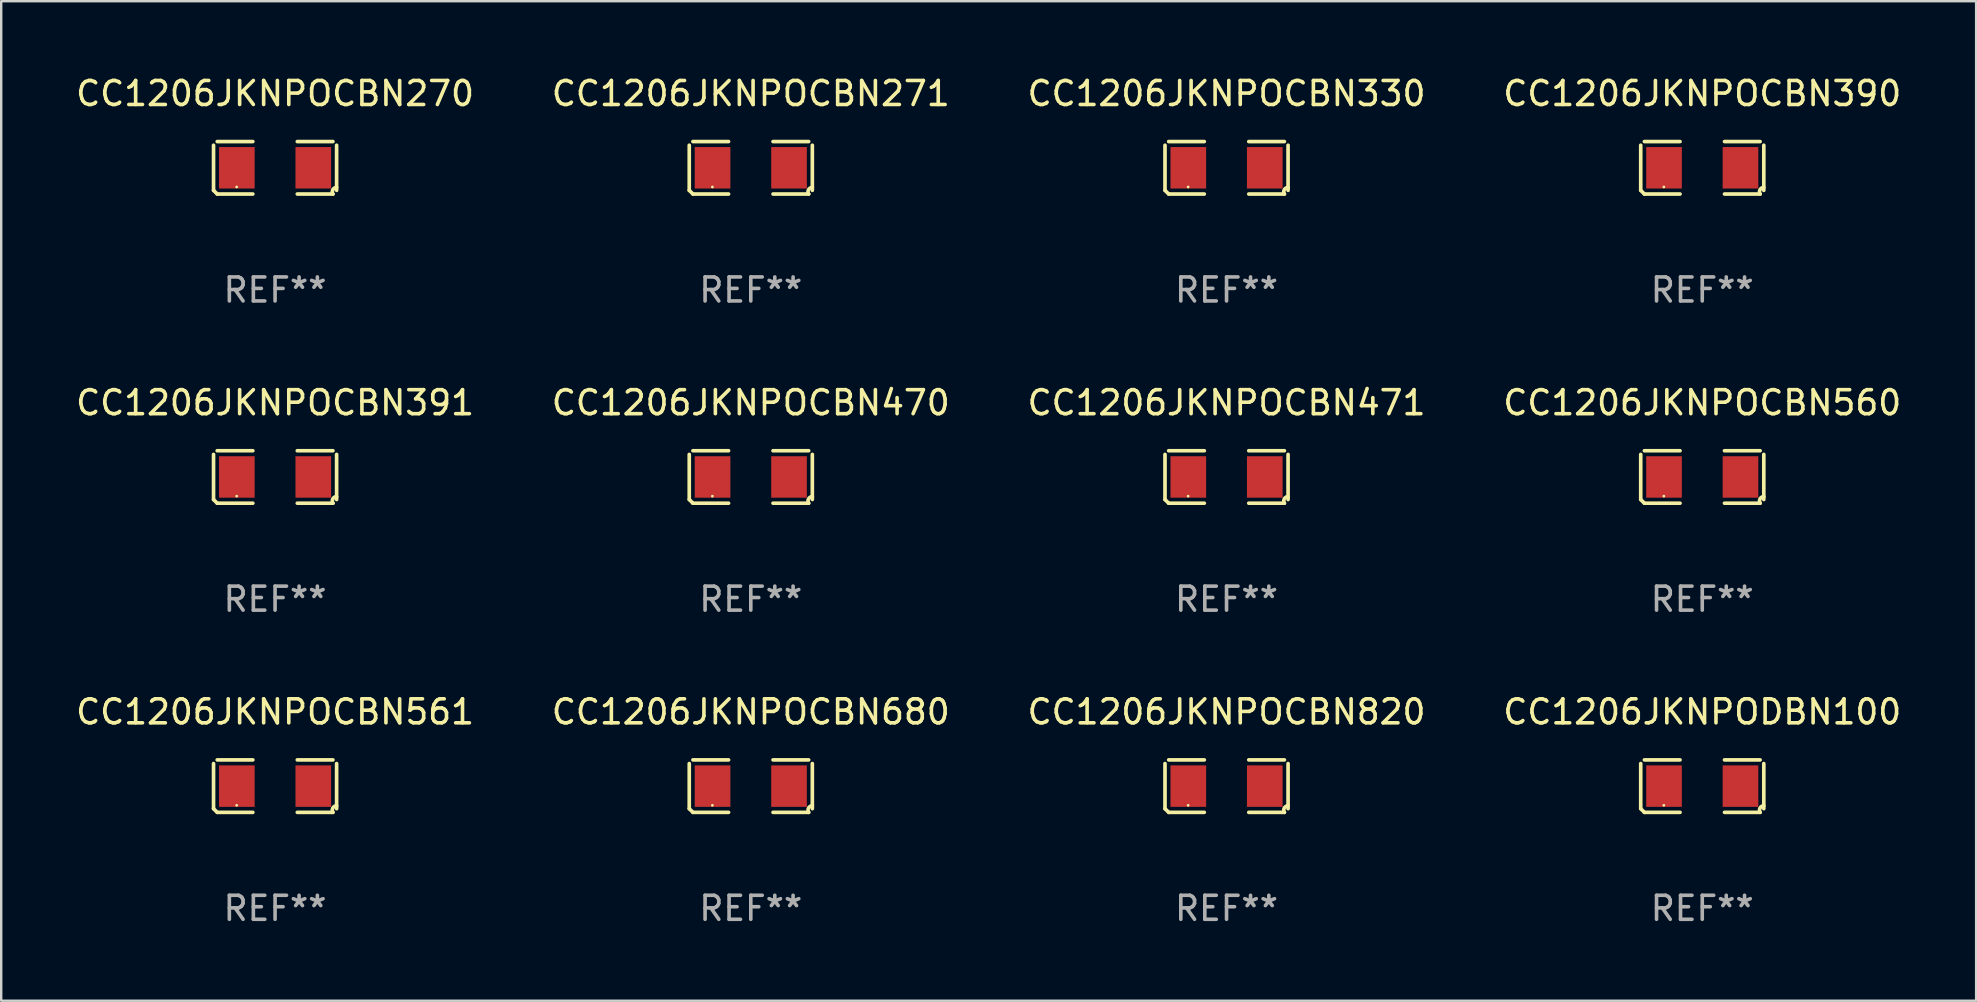
<source format=kicad_pcb>
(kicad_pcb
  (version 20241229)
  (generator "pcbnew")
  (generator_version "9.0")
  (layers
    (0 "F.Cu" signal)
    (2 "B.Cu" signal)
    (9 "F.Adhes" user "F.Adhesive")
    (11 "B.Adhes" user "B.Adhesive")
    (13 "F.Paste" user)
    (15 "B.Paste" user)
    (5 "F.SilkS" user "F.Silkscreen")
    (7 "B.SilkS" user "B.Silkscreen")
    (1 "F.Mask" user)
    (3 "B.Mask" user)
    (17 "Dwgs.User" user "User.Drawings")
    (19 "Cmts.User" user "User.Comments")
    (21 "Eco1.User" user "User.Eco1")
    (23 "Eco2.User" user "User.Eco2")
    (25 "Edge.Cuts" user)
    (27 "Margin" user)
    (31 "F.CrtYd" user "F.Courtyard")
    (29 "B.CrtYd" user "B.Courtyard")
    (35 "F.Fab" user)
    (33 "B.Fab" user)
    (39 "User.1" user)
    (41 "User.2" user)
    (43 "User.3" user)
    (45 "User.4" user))
  (footprint "CC1206JKNPOCBN390"
    (layer "F.Cu")
    (at 67.875 3.941)
    (property "Reference" "CC1206JKNPOCBN390" (at 0 -3.093 0) (layer "F.SilkS") (effects (font (size 1 1) (thickness 0.15))))
    (attr through_hole)
    (fp_line (start -2.564 0.94) (end -2.564 -0.94) (stroke (width 0.152) (type solid)) (layer "F.SilkS"))
    (fp_line (start -2.411 -1.093) (end -0.926 -1.093) (stroke (width 0.152) (type solid)) (layer "F.SilkS"))
    (fp_line (start -0.926 1.093) (end -2.411 1.093) (stroke (width 0.152) (type solid)) (layer "F.SilkS"))
    (fp_line (start 0.926 1.093) (end 2.411 1.093) (stroke (width 0.152) (type solid)) (layer "F.SilkS"))
    (fp_line (start 2.411 -1.093) (end 0.926 -1.093) (stroke (width 0.152) (type solid)) (layer "F.SilkS"))
    (fp_line (start 2.564 0.94) (end 2.564 -0.94) (stroke (width 0.152) (type solid)) (layer "F.SilkS"))
    (fp_arc (start -2.411201 1.092609) (mid -2.487413 1.01642) (end -2.563602 0.940208) (stroke (width 0.1524) (type solid)) (layer "F.SilkS"))
    (fp_arc (start 2.411201 1.092609) (mid 2.407159 0.911226) (end 2.563602 0.819347) (stroke (width 0.1524) (type solid)) (layer "F.SilkS"))
    (fp_circle (center -1.6 0.8) (end -1.57 0.8) (stroke (width 0.06) (type solid)) (fill no) (layer "F.SilkS"))
    (fp_text user "REF**" (at 0 5.093 0) (layer "F.Fab") (effects (font (size 1 1) (thickness 0.15))))
    (pad "1" smd rect (at -1.593 0) (size 1.485 1.728) (layers "F.Cu" "F.Mask" "F.Paste"))
    (pad "2" smd rect (at 1.593 0) (size 1.485 1.728) (layers "F.Cu" "F.Mask" "F.Paste")))
  (footprint "CC1206JKNPOCBN270"
    (layer "F.Cu")
    (at 8.411 3.941)
    (property "Reference" "CC1206JKNPOCBN270" (at 0 -3.093 0) (layer "F.SilkS") (effects (font (size 1 1) (thickness 0.15))))
    (attr through_hole)
    (fp_line (start -2.564 0.94) (end -2.564 -0.94) (stroke (width 0.152) (type solid)) (layer "F.SilkS"))
    (fp_line (start -2.411 -1.093) (end -0.926 -1.093) (stroke (width 0.152) (type solid)) (layer "F.SilkS"))
    (fp_line (start -0.926 1.093) (end -2.411 1.093) (stroke (width 0.152) (type solid)) (layer "F.SilkS"))
    (fp_line (start 0.926 1.093) (end 2.411 1.093) (stroke (width 0.152) (type solid)) (layer "F.SilkS"))
    (fp_line (start 2.411 -1.093) (end 0.926 -1.093) (stroke (width 0.152) (type solid)) (layer "F.SilkS"))
    (fp_line (start 2.564 0.94) (end 2.564 -0.94) (stroke (width 0.152) (type solid)) (layer "F.SilkS"))
    (fp_arc (start -2.411201 1.092609) (mid -2.487413 1.01642) (end -2.563602 0.940208) (stroke (width 0.1524) (type solid)) (layer "F.SilkS"))
    (fp_arc (start 2.411201 1.092609) (mid 2.407159 0.911226) (end 2.563602 0.819347) (stroke (width 0.1524) (type solid)) (layer "F.SilkS"))
    (fp_circle (center -1.6 0.8) (end -1.57 0.8) (stroke (width 0.06) (type solid)) (fill no) (layer "F.SilkS"))
    (fp_text user "REF**" (at 0 5.093 0) (layer "F.Fab") (effects (font (size 1 1) (thickness 0.15))))
    (pad "1" smd rect (at -1.593 0) (size 1.485 1.728) (layers "F.Cu" "F.Mask" "F.Paste"))
    (pad "2" smd rect (at 1.593 0) (size 1.485 1.728) (layers "F.Cu" "F.Mask" "F.Paste")))
  (footprint "CC1206JKNPOCBN820"
    (layer "F.Cu")
    (at 48.054 29.704)
    (property "Reference" "CC1206JKNPOCBN820" (at 0 -3.093 0) (layer "F.SilkS") (effects (font (size 1 1) (thickness 0.15))))
    (attr through_hole)
    (fp_line (start -2.564 0.94) (end -2.564 -0.94) (stroke (width 0.152) (type solid)) (layer "F.SilkS"))
    (fp_line (start -2.411 -1.093) (end -0.926 -1.093) (stroke (width 0.152) (type solid)) (layer "F.SilkS"))
    (fp_line (start -0.926 1.093) (end -2.411 1.093) (stroke (width 0.152) (type solid)) (layer "F.SilkS"))
    (fp_line (start 0.926 1.093) (end 2.411 1.093) (stroke (width 0.152) (type solid)) (layer "F.SilkS"))
    (fp_line (start 2.411 -1.093) (end 0.926 -1.093) (stroke (width 0.152) (type solid)) (layer "F.SilkS"))
    (fp_line (start 2.564 0.94) (end 2.564 -0.94) (stroke (width 0.152) (type solid)) (layer "F.SilkS"))
    (fp_arc (start -2.411201 1.092609) (mid -2.487413 1.01642) (end -2.563602 0.940208) (stroke (width 0.1524) (type solid)) (layer "F.SilkS"))
    (fp_arc (start 2.411201 1.092609) (mid 2.407159 0.911226) (end 2.563602 0.819347) (stroke (width 0.1524) (type solid)) (layer "F.SilkS"))
    (fp_circle (center -1.6 0.8) (end -1.57 0.8) (stroke (width 0.06) (type solid)) (fill no) (layer "F.SilkS"))
    (fp_text user "REF**" (at 0 5.093 0) (layer "F.Fab") (effects (font (size 1 1) (thickness 0.15))))
    (pad "1" smd rect (at -1.593 0) (size 1.485 1.728) (layers "F.Cu" "F.Mask" "F.Paste"))
    (pad "2" smd rect (at 1.593 0) (size 1.485 1.728) (layers "F.Cu" "F.Mask" "F.Paste")))
  (footprint "CC1206JKNPOCBN471"
    (layer "F.Cu")
    (at 48.054 16.823)
    (property "Reference" "CC1206JKNPOCBN471" (at 0 -3.093 0) (layer "F.SilkS") (effects (font (size 1 1) (thickness 0.15))))
    (attr through_hole)
    (fp_line (start -2.564 0.94) (end -2.564 -0.94) (stroke (width 0.152) (type solid)) (layer "F.SilkS"))
    (fp_line (start -2.411 -1.093) (end -0.926 -1.093) (stroke (width 0.152) (type solid)) (layer "F.SilkS"))
    (fp_line (start -0.926 1.093) (end -2.411 1.093) (stroke (width 0.152) (type solid)) (layer "F.SilkS"))
    (fp_line (start 0.926 1.093) (end 2.411 1.093) (stroke (width 0.152) (type solid)) (layer "F.SilkS"))
    (fp_line (start 2.411 -1.093) (end 0.926 -1.093) (stroke (width 0.152) (type solid)) (layer "F.SilkS"))
    (fp_line (start 2.564 0.94) (end 2.564 -0.94) (stroke (width 0.152) (type solid)) (layer "F.SilkS"))
    (fp_arc (start -2.411201 1.092609) (mid -2.487413 1.01642) (end -2.563602 0.940208) (stroke (width 0.1524) (type solid)) (layer "F.SilkS"))
    (fp_arc (start 2.411201 1.092609) (mid 2.407159 0.911226) (end 2.563602 0.819347) (stroke (width 0.1524) (type solid)) (layer "F.SilkS"))
    (fp_circle (center -1.6 0.8) (end -1.57 0.8) (stroke (width 0.06) (type solid)) (fill no) (layer "F.SilkS"))
    (fp_text user "REF**" (at 0 5.093 0) (layer "F.Fab") (effects (font (size 1 1) (thickness 0.15))))
    (pad "1" smd rect (at -1.593 0) (size 1.485 1.728) (layers "F.Cu" "F.Mask" "F.Paste"))
    (pad "2" smd rect (at 1.593 0) (size 1.485 1.728) (layers "F.Cu" "F.Mask" "F.Paste")))
  (footprint "CC1206JKNPOCBN271"
    (layer "F.Cu")
    (at 28.232 3.941)
    (property "Reference" "CC1206JKNPOCBN271" (at 0 -3.093 0) (layer "F.SilkS") (effects (font (size 1 1) (thickness 0.15))))
    (attr through_hole)
    (fp_line (start -2.564 0.94) (end -2.564 -0.94) (stroke (width 0.152) (type solid)) (layer "F.SilkS"))
    (fp_line (start -2.411 -1.093) (end -0.926 -1.093) (stroke (width 0.152) (type solid)) (layer "F.SilkS"))
    (fp_line (start -0.926 1.093) (end -2.411 1.093) (stroke (width 0.152) (type solid)) (layer "F.SilkS"))
    (fp_line (start 0.926 1.093) (end 2.411 1.093) (stroke (width 0.152) (type solid)) (layer "F.SilkS"))
    (fp_line (start 2.411 -1.093) (end 0.926 -1.093) (stroke (width 0.152) (type solid)) (layer "F.SilkS"))
    (fp_line (start 2.564 0.94) (end 2.564 -0.94) (stroke (width 0.152) (type solid)) (layer "F.SilkS"))
    (fp_arc (start -2.411201 1.092609) (mid -2.487413 1.01642) (end -2.563602 0.940208) (stroke (width 0.1524) (type solid)) (layer "F.SilkS"))
    (fp_arc (start 2.411201 1.092609) (mid 2.407159 0.911226) (end 2.563602 0.819347) (stroke (width 0.1524) (type solid)) (layer "F.SilkS"))
    (fp_circle (center -1.6 0.8) (end -1.57 0.8) (stroke (width 0.06) (type solid)) (fill no) (layer "F.SilkS"))
    (fp_text user "REF**" (at 0 5.093 0) (layer "F.Fab") (effects (font (size 1 1) (thickness 0.15))))
    (pad "1" smd rect (at -1.593 0) (size 1.485 1.728) (layers "F.Cu" "F.Mask" "F.Paste"))
    (pad "2" smd rect (at 1.593 0) (size 1.485 1.728) (layers "F.Cu" "F.Mask" "F.Paste")))
  (footprint "CC1206JKNPOCBN391"
    (layer "F.Cu")
    (at 8.411 16.823)
    (property "Reference" "CC1206JKNPOCBN391" (at 0 -3.093 0) (layer "F.SilkS") (effects (font (size 1 1) (thickness 0.15))))
    (attr through_hole)
    (fp_line (start -2.564 0.94) (end -2.564 -0.94) (stroke (width 0.152) (type solid)) (layer "F.SilkS"))
    (fp_line (start -2.411 -1.093) (end -0.926 -1.093) (stroke (width 0.152) (type solid)) (layer "F.SilkS"))
    (fp_line (start -0.926 1.093) (end -2.411 1.093) (stroke (width 0.152) (type solid)) (layer "F.SilkS"))
    (fp_line (start 0.926 1.093) (end 2.411 1.093) (stroke (width 0.152) (type solid)) (layer "F.SilkS"))
    (fp_line (start 2.411 -1.093) (end 0.926 -1.093) (stroke (width 0.152) (type solid)) (layer "F.SilkS"))
    (fp_line (start 2.564 0.94) (end 2.564 -0.94) (stroke (width 0.152) (type solid)) (layer "F.SilkS"))
    (fp_arc (start -2.411201 1.092609) (mid -2.487413 1.01642) (end -2.563602 0.940208) (stroke (width 0.1524) (type solid)) (layer "F.SilkS"))
    (fp_arc (start 2.411201 1.092609) (mid 2.407159 0.911226) (end 2.563602 0.819347) (stroke (width 0.1524) (type solid)) (layer "F.SilkS"))
    (fp_circle (center -1.6 0.8) (end -1.57 0.8) (stroke (width 0.06) (type solid)) (fill no) (layer "F.SilkS"))
    (fp_text user "REF**" (at 0 5.093 0) (layer "F.Fab") (effects (font (size 1 1) (thickness 0.15))))
    (pad "1" smd rect (at -1.593 0) (size 1.485 1.728) (layers "F.Cu" "F.Mask" "F.Paste"))
    (pad "2" smd rect (at 1.593 0) (size 1.485 1.728) (layers "F.Cu" "F.Mask" "F.Paste")))
  (footprint "CC1206JKNPOCBN680"
    (layer "F.Cu")
    (at 28.232 29.704)
    (property "Reference" "CC1206JKNPOCBN680" (at 0 -3.093 0) (layer "F.SilkS") (effects (font (size 1 1) (thickness 0.15))))
    (attr through_hole)
    (fp_line (start -2.564 0.94) (end -2.564 -0.94) (stroke (width 0.152) (type solid)) (layer "F.SilkS"))
    (fp_line (start -2.411 -1.093) (end -0.926 -1.093) (stroke (width 0.152) (type solid)) (layer "F.SilkS"))
    (fp_line (start -0.926 1.093) (end -2.411 1.093) (stroke (width 0.152) (type solid)) (layer "F.SilkS"))
    (fp_line (start 0.926 1.093) (end 2.411 1.093) (stroke (width 0.152) (type solid)) (layer "F.SilkS"))
    (fp_line (start 2.411 -1.093) (end 0.926 -1.093) (stroke (width 0.152) (type solid)) (layer "F.SilkS"))
    (fp_line (start 2.564 0.94) (end 2.564 -0.94) (stroke (width 0.152) (type solid)) (layer "F.SilkS"))
    (fp_arc (start -2.411201 1.092609) (mid -2.487413 1.01642) (end -2.563602 0.940208) (stroke (width 0.1524) (type solid)) (layer "F.SilkS"))
    (fp_arc (start 2.411201 1.092609) (mid 2.407159 0.911226) (end 2.563602 0.819347) (stroke (width 0.1524) (type solid)) (layer "F.SilkS"))
    (fp_circle (center -1.6 0.8) (end -1.57 0.8) (stroke (width 0.06) (type solid)) (fill no) (layer "F.SilkS"))
    (fp_text user "REF**" (at 0 5.093 0) (layer "F.Fab") (effects (font (size 1 1) (thickness 0.15))))
    (pad "1" smd rect (at -1.593 0) (size 1.485 1.728) (layers "F.Cu" "F.Mask" "F.Paste"))
    (pad "2" smd rect (at 1.593 0) (size 1.485 1.728) (layers "F.Cu" "F.Mask" "F.Paste")))
  (footprint "CC1206JKNPOCBN561"
    (layer "F.Cu")
    (at 8.411 29.704)
    (property "Reference" "CC1206JKNPOCBN561" (at 0 -3.093 0) (layer "F.SilkS") (effects (font (size 1 1) (thickness 0.15))))
    (attr through_hole)
    (fp_line (start -2.564 0.94) (end -2.564 -0.94) (stroke (width 0.152) (type solid)) (layer "F.SilkS"))
    (fp_line (start -2.411 -1.093) (end -0.926 -1.093) (stroke (width 0.152) (type solid)) (layer "F.SilkS"))
    (fp_line (start -0.926 1.093) (end -2.411 1.093) (stroke (width 0.152) (type solid)) (layer "F.SilkS"))
    (fp_line (start 0.926 1.093) (end 2.411 1.093) (stroke (width 0.152) (type solid)) (layer "F.SilkS"))
    (fp_line (start 2.411 -1.093) (end 0.926 -1.093) (stroke (width 0.152) (type solid)) (layer "F.SilkS"))
    (fp_line (start 2.564 0.94) (end 2.564 -0.94) (stroke (width 0.152) (type solid)) (layer "F.SilkS"))
    (fp_arc (start -2.411201 1.092609) (mid -2.487413 1.01642) (end -2.563602 0.940208) (stroke (width 0.1524) (type solid)) (layer "F.SilkS"))
    (fp_arc (start 2.411201 1.092609) (mid 2.407159 0.911226) (end 2.563602 0.819347) (stroke (width 0.1524) (type solid)) (layer "F.SilkS"))
    (fp_circle (center -1.6 0.8) (end -1.57 0.8) (stroke (width 0.06) (type solid)) (fill no) (layer "F.SilkS"))
    (fp_text user "REF**" (at 0 5.093 0) (layer "F.Fab") (effects (font (size 1 1) (thickness 0.15))))
    (pad "1" smd rect (at -1.593 0) (size 1.485 1.728) (layers "F.Cu" "F.Mask" "F.Paste"))
    (pad "2" smd rect (at 1.593 0) (size 1.485 1.728) (layers "F.Cu" "F.Mask" "F.Paste")))
  (footprint "CC1206JKNPOCBN560"
    (layer "F.Cu")
    (at 67.875 16.823)
    (property "Reference" "CC1206JKNPOCBN560" (at 0 -3.093 0) (layer "F.SilkS") (effects (font (size 1 1) (thickness 0.15))))
    (attr through_hole)
    (fp_line (start -2.564 0.94) (end -2.564 -0.94) (stroke (width 0.152) (type solid)) (layer "F.SilkS"))
    (fp_line (start -2.411 -1.093) (end -0.926 -1.093) (stroke (width 0.152) (type solid)) (layer "F.SilkS"))
    (fp_line (start -0.926 1.093) (end -2.411 1.093) (stroke (width 0.152) (type solid)) (layer "F.SilkS"))
    (fp_line (start 0.926 1.093) (end 2.411 1.093) (stroke (width 0.152) (type solid)) (layer "F.SilkS"))
    (fp_line (start 2.411 -1.093) (end 0.926 -1.093) (stroke (width 0.152) (type solid)) (layer "F.SilkS"))
    (fp_line (start 2.564 0.94) (end 2.564 -0.94) (stroke (width 0.152) (type solid)) (layer "F.SilkS"))
    (fp_arc (start -2.411201 1.092609) (mid -2.487413 1.01642) (end -2.563602 0.940208) (stroke (width 0.1524) (type solid)) (layer "F.SilkS"))
    (fp_arc (start 2.411201 1.092609) (mid 2.407159 0.911226) (end 2.563602 0.819347) (stroke (width 0.1524) (type solid)) (layer "F.SilkS"))
    (fp_circle (center -1.6 0.8) (end -1.57 0.8) (stroke (width 0.06) (type solid)) (fill no) (layer "F.SilkS"))
    (fp_text user "REF**" (at 0 5.093 0) (layer "F.Fab") (effects (font (size 1 1) (thickness 0.15))))
    (pad "1" smd rect (at -1.593 0) (size 1.485 1.728) (layers "F.Cu" "F.Mask" "F.Paste"))
    (pad "2" smd rect (at 1.593 0) (size 1.485 1.728) (layers "F.Cu" "F.Mask" "F.Paste")))
  (footprint "CC1206JKNPOCBN330"
    (layer "F.Cu")
    (at 48.054 3.941)
    (property "Reference" "CC1206JKNPOCBN330" (at 0 -3.093 0) (layer "F.SilkS") (effects (font (size 1 1) (thickness 0.15))))
    (attr through_hole)
    (fp_line (start -2.564 0.94) (end -2.564 -0.94) (stroke (width 0.152) (type solid)) (layer "F.SilkS"))
    (fp_line (start -2.411 -1.093) (end -0.926 -1.093) (stroke (width 0.152) (type solid)) (layer "F.SilkS"))
    (fp_line (start -0.926 1.093) (end -2.411 1.093) (stroke (width 0.152) (type solid)) (layer "F.SilkS"))
    (fp_line (start 0.926 1.093) (end 2.411 1.093) (stroke (width 0.152) (type solid)) (layer "F.SilkS"))
    (fp_line (start 2.411 -1.093) (end 0.926 -1.093) (stroke (width 0.152) (type solid)) (layer "F.SilkS"))
    (fp_line (start 2.564 0.94) (end 2.564 -0.94) (stroke (width 0.152) (type solid)) (layer "F.SilkS"))
    (fp_arc (start -2.411201 1.092609) (mid -2.487413 1.01642) (end -2.563602 0.940208) (stroke (width 0.1524) (type solid)) (layer "F.SilkS"))
    (fp_arc (start 2.411201 1.092609) (mid 2.407159 0.911226) (end 2.563602 0.819347) (stroke (width 0.1524) (type solid)) (layer "F.SilkS"))
    (fp_circle (center -1.6 0.8) (end -1.57 0.8) (stroke (width 0.06) (type solid)) (fill no) (layer "F.SilkS"))
    (fp_text user "REF**" (at 0 5.093 0) (layer "F.Fab") (effects (font (size 1 1) (thickness 0.15))))
    (pad "1" smd rect (at -1.593 0) (size 1.485 1.728) (layers "F.Cu" "F.Mask" "F.Paste"))
    (pad "2" smd rect (at 1.593 0) (size 1.485 1.728) (layers "F.Cu" "F.Mask" "F.Paste")))
  (footprint "CC1206JKNPODBN100"
    (layer "F.Cu")
    (at 67.875 29.704)
    (property "Reference" "CC1206JKNPODBN100" (at 0 -3.093 0) (layer "F.SilkS") (effects (font (size 1 1) (thickness 0.15))))
    (attr through_hole)
    (fp_line (start -2.564 0.94) (end -2.564 -0.94) (stroke (width 0.152) (type solid)) (layer "F.SilkS"))
    (fp_line (start -2.411 -1.093) (end -0.926 -1.093) (stroke (width 0.152) (type solid)) (layer "F.SilkS"))
    (fp_line (start -0.926 1.093) (end -2.411 1.093) (stroke (width 0.152) (type solid)) (layer "F.SilkS"))
    (fp_line (start 0.926 1.093) (end 2.411 1.093) (stroke (width 0.152) (type solid)) (layer "F.SilkS"))
    (fp_line (start 2.411 -1.093) (end 0.926 -1.093) (stroke (width 0.152) (type solid)) (layer "F.SilkS"))
    (fp_line (start 2.564 0.94) (end 2.564 -0.94) (stroke (width 0.152) (type solid)) (layer "F.SilkS"))
    (fp_arc (start -2.411201 1.092609) (mid -2.487413 1.01642) (end -2.563602 0.940208) (stroke (width 0.1524) (type solid)) (layer "F.SilkS"))
    (fp_arc (start 2.411201 1.092609) (mid 2.407159 0.911226) (end 2.563602 0.819347) (stroke (width 0.1524) (type solid)) (layer "F.SilkS"))
    (fp_circle (center -1.6 0.8) (end -1.57 0.8) (stroke (width 0.06) (type solid)) (fill no) (layer "F.SilkS"))
    (fp_text user "REF**" (at 0 5.093 0) (layer "F.Fab") (effects (font (size 1 1) (thickness 0.15))))
    (pad "1" smd rect (at -1.593 0) (size 1.485 1.728) (layers "F.Cu" "F.Mask" "F.Paste"))
    (pad "2" smd rect (at 1.593 0) (size 1.485 1.728) (layers "F.Cu" "F.Mask" "F.Paste")))
  (footprint "CC1206JKNPOCBN470"
    (layer "F.Cu")
    (at 28.232 16.823)
    (property "Reference" "CC1206JKNPOCBN470" (at 0 -3.093 0) (layer "F.SilkS") (effects (font (size 1 1) (thickness 0.15))))
    (attr through_hole)
    (fp_line (start -2.564 0.94) (end -2.564 -0.94) (stroke (width 0.152) (type solid)) (layer "F.SilkS"))
    (fp_line (start -2.411 -1.093) (end -0.926 -1.093) (stroke (width 0.152) (type solid)) (layer "F.SilkS"))
    (fp_line (start -0.926 1.093) (end -2.411 1.093) (stroke (width 0.152) (type solid)) (layer "F.SilkS"))
    (fp_line (start 0.926 1.093) (end 2.411 1.093) (stroke (width 0.152) (type solid)) (layer "F.SilkS"))
    (fp_line (start 2.411 -1.093) (end 0.926 -1.093) (stroke (width 0.152) (type solid)) (layer "F.SilkS"))
    (fp_line (start 2.564 0.94) (end 2.564 -0.94) (stroke (width 0.152) (type solid)) (layer "F.SilkS"))
    (fp_arc (start -2.411201 1.092609) (mid -2.487413 1.01642) (end -2.563602 0.940208) (stroke (width 0.1524) (type solid)) (layer "F.SilkS"))
    (fp_arc (start 2.411201 1.092609) (mid 2.407159 0.911226) (end 2.563602 0.819347) (stroke (width 0.1524) (type solid)) (layer "F.SilkS"))
    (fp_circle (center -1.6 0.8) (end -1.57 0.8) (stroke (width 0.06) (type solid)) (fill no) (layer "F.SilkS"))
    (fp_text user "REF**" (at 0 5.093 0) (layer "F.Fab") (effects (font (size 1 1) (thickness 0.15))))
    (pad "1" smd rect (at -1.593 0) (size 1.485 1.728) (layers "F.Cu" "F.Mask" "F.Paste"))
    (pad "2" smd rect (at 1.593 0) (size 1.485 1.728) (layers "F.Cu" "F.Mask" "F.Paste")))
  (gr_rect
    (start -3 -3)
    (end 79.286 38.645)
    (stroke (width 0.1) (type default))
    (fill no)
    (layer "Edge.Cuts")))
</source>
